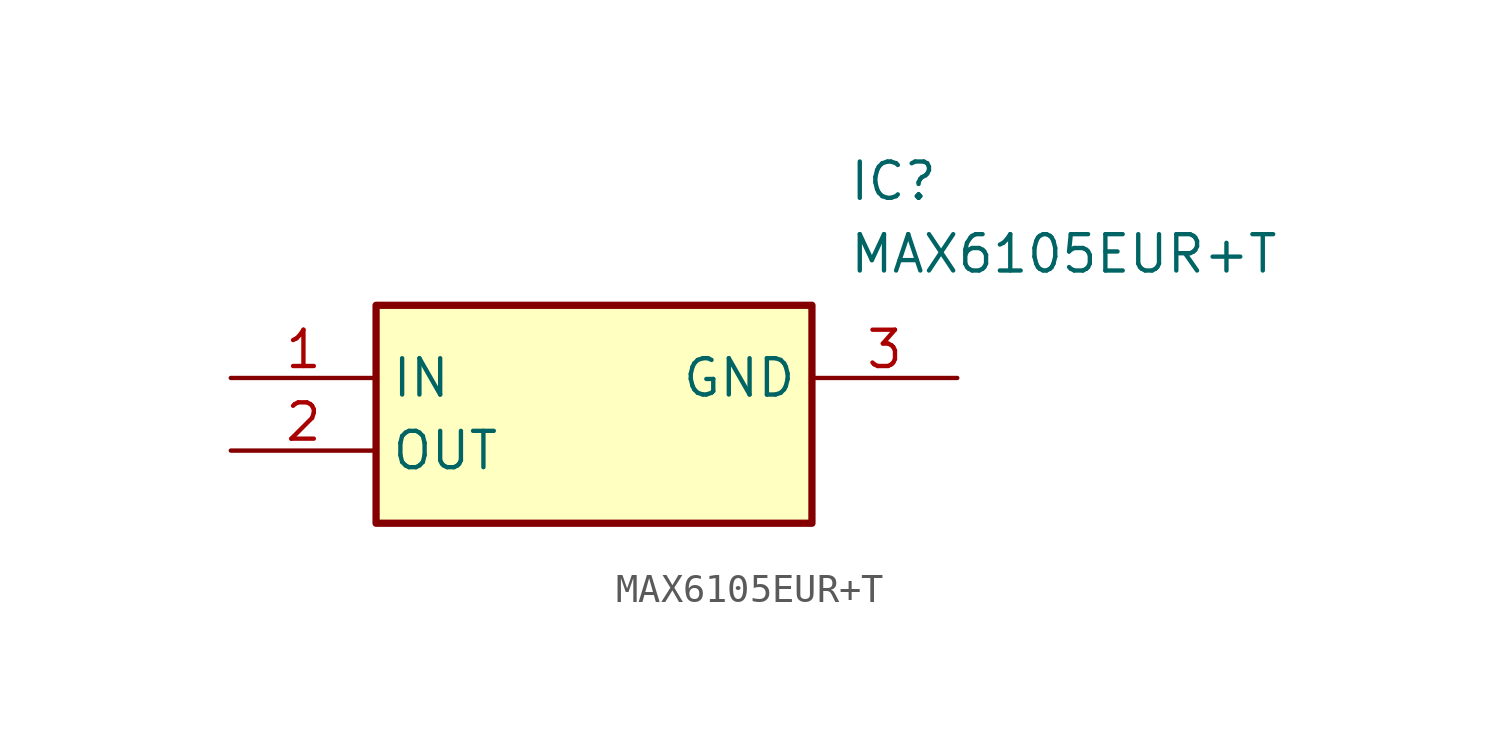
<source format=kicad_sym>
(kicad_symbol_lib
  (version 20211014)
  (generator SamacSys_ECAD_Model)
  (symbol "MAX6105EUR+T"
    (property "Reference" "IC"
      (at 21.59 7.62 0)
      (effects (font (size 1.27 1.27)) (justify left top)))
    (property "Value" "MAX6105EUR+T"
      (at 21.59 5.08 0)
      (effects (font (size 1.27 1.27)) (justify left top)))
    (rectangle
      (start 5.08 2.54)
      (end 20.32 -5.08)
      (stroke (width 0.254) (type default))
      (fill (type background)))
    (pin passive line
      (at 0 0 0)
      (length 5.08)
      (name "IN" (effects (font (size 1.27 1.27))))
      (number "1" (effects (font (size 1.27 1.27)))))
    (pin passive line
      (at 0 -2.54 0)
      (length 5.08)
      (name "OUT" (effects (font (size 1.27 1.27))))
      (number "2" (effects (font (size 1.27 1.27)))))
    (pin passive line
      (at 25.4 0 180)
      (length 5.08)
      (name "GND" (effects (font (size 1.27 1.27))))
      (number "3" (effects (font (size 1.27 1.27)))))))
</source>
